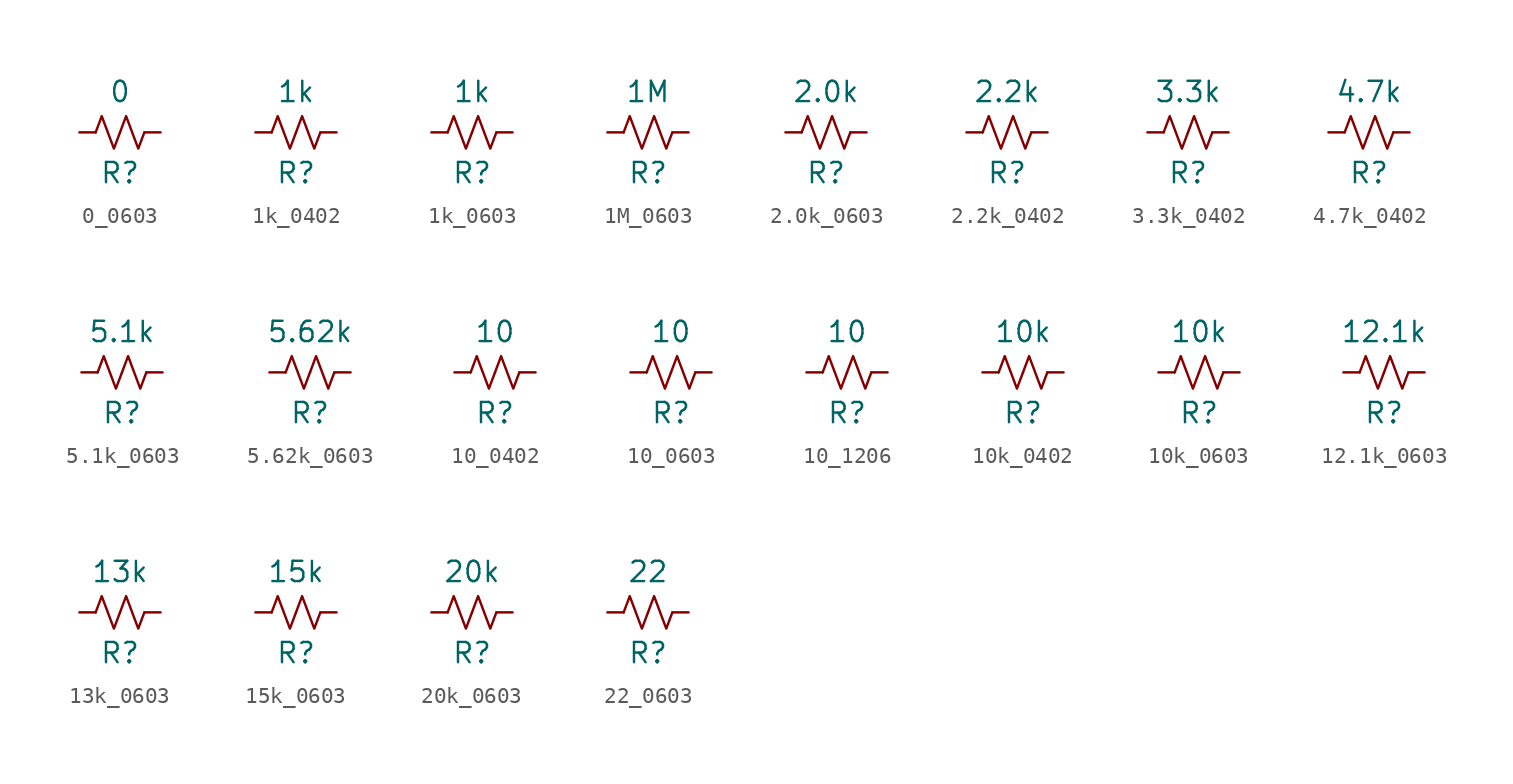
<source format=kicad_sym>
(kicad_symbol_lib
  (version 20231120)
  (generator "kicad_symbol_editor")
  (generator_version "8.0")
  (symbol "0_0603"
    (pin_numbers hide)
    (pin_names
      (offset 0))
    (property "Reference" "R"
      (at 0 -2.54 0)
      (effects (font (size 1.27 1.27))))
    (property "Value" "0"
      (at 0 2.54 0)
      (effects (font (size 1.27 1.27))))
    (symbol "0_0603_0_1"
      (polyline (pts (xy -1.524 0) (xy -1.143 1.016) (xy -0.762 0) (xy -0.381 -1.016) (xy 0 0)) (stroke (width 0) (type default)) (fill (type none)))
      (polyline (pts (xy 0 0) (xy 0.381 1.016) (xy 0.762 0) (xy 1.143 -1.016) (xy 1.524 0)) (stroke (width 0) (type default)) (fill (type none))))
    (symbol "0_0603_1_1"
      (pin passive line (at -2.54 0 0) (length 1.016) (name "~" (effects (font (size 1.27 1.27)))) (number "1" (effects (font (size 1.27 1.27)))))
      (pin passive line (at 2.54 0 180) (length 1.016) (name "~" (effects (font (size 1.27 1.27)))) (number "2" (effects (font (size 1.27 1.27)))))))
  (symbol "1k_0402"
    (pin_numbers hide)
    (pin_names
      (offset 0))
    (property "Reference" "R"
      (at 0 -2.54 0)
      (effects (font (size 1.27 1.27))))
    (property "Value" "1k"
      (at 0 2.54 0)
      (effects (font (size 1.27 1.27))))
    (symbol "1k_0402_0_1"
      (polyline (pts (xy -1.524 0) (xy -1.143 1.016) (xy -0.762 0) (xy -0.381 -1.016) (xy 0 0)) (stroke (width 0) (type default)) (fill (type none)))
      (polyline (pts (xy 0 0) (xy 0.381 1.016) (xy 0.762 0) (xy 1.143 -1.016) (xy 1.524 0)) (stroke (width 0) (type default)) (fill (type none))))
    (symbol "1k_0402_1_1"
      (pin passive line (at -2.54 0 0) (length 1.016) (name "~" (effects (font (size 1.27 1.27)))) (number "1" (effects (font (size 1.27 1.27)))))
      (pin passive line (at 2.54 0 180) (length 1.016) (name "~" (effects (font (size 1.27 1.27)))) (number "2" (effects (font (size 1.27 1.27)))))))
  (symbol "1k_0603"
    (pin_numbers hide)
    (pin_names
      (offset 0))
    (property "Reference" "R"
      (at 0 -2.54 0)
      (effects (font (size 1.27 1.27))))
    (property "Value" "1k"
      (at 0 2.54 0)
      (effects (font (size 1.27 1.27))))
    (symbol "1k_0603_0_1"
      (polyline (pts (xy -1.524 0) (xy -1.143 1.016) (xy -0.762 0) (xy -0.381 -1.016) (xy 0 0)) (stroke (width 0) (type default)) (fill (type none)))
      (polyline (pts (xy 0 0) (xy 0.381 1.016) (xy 0.762 0) (xy 1.143 -1.016) (xy 1.524 0)) (stroke (width 0) (type default)) (fill (type none))))
    (symbol "1k_0603_1_1"
      (pin passive line (at -2.54 0 0) (length 1.016) (name "~" (effects (font (size 1.27 1.27)))) (number "1" (effects (font (size 1.27 1.27)))))
      (pin passive line (at 2.54 0 180) (length 1.016) (name "~" (effects (font (size 1.27 1.27)))) (number "2" (effects (font (size 1.27 1.27)))))))
  (symbol "1M_0603"
    (pin_numbers hide)
    (pin_names
      (offset 0))
    (property "Reference" "R"
      (at 0 -2.54 0)
      (effects (font (size 1.27 1.27))))
    (property "Value" "1M"
      (at 0 2.54 0)
      (effects (font (size 1.27 1.27))))
    (symbol "1M_0603_0_1"
      (polyline (pts (xy -1.524 0) (xy -1.143 1.016) (xy -0.762 0) (xy -0.381 -1.016) (xy 0 0)) (stroke (width 0) (type default)) (fill (type none)))
      (polyline (pts (xy 0 0) (xy 0.381 1.016) (xy 0.762 0) (xy 1.143 -1.016) (xy 1.524 0)) (stroke (width 0) (type default)) (fill (type none))))
    (symbol "1M_0603_1_1"
      (pin passive line (at -2.54 0 0) (length 1.016) (name "~" (effects (font (size 1.27 1.27)))) (number "1" (effects (font (size 1.27 1.27)))))
      (pin passive line (at 2.54 0 180) (length 1.016) (name "~" (effects (font (size 1.27 1.27)))) (number "2" (effects (font (size 1.27 1.27)))))))
  (symbol "2.0k_0603"
    (pin_numbers hide)
    (pin_names
      (offset 0))
    (property "Reference" "R"
      (at 0 -2.54 0)
      (effects (font (size 1.27 1.27))))
    (property "Value" "2.0k"
      (at 0 2.54 0)
      (effects (font (size 1.27 1.27))))
    (symbol "2.0k_0603_0_1"
      (polyline (pts (xy -1.524 0) (xy -1.143 1.016) (xy -0.762 0) (xy -0.381 -1.016) (xy 0 0)) (stroke (width 0) (type default)) (fill (type none)))
      (polyline (pts (xy 0 0) (xy 0.381 1.016) (xy 0.762 0) (xy 1.143 -1.016) (xy 1.524 0)) (stroke (width 0) (type default)) (fill (type none))))
    (symbol "2.0k_0603_1_1"
      (pin passive line (at -2.54 0 0) (length 1.016) (name "~" (effects (font (size 1.27 1.27)))) (number "1" (effects (font (size 1.27 1.27)))))
      (pin passive line (at 2.54 0 180) (length 1.016) (name "~" (effects (font (size 1.27 1.27)))) (number "2" (effects (font (size 1.27 1.27)))))))
  (symbol "2.2k_0402"
    (pin_numbers hide)
    (pin_names
      (offset 0))
    (property "Reference" "R"
      (at 0 -2.54 0)
      (effects (font (size 1.27 1.27))))
    (property "Value" "2.2k"
      (at 0 2.54 0)
      (effects (font (size 1.27 1.27))))
    (symbol "2.2k_0402_0_1"
      (polyline (pts (xy -1.524 0) (xy -1.143 1.016) (xy -0.762 0) (xy -0.381 -1.016) (xy 0 0)) (stroke (width 0) (type default)) (fill (type none)))
      (polyline (pts (xy 0 0) (xy 0.381 1.016) (xy 0.762 0) (xy 1.143 -1.016) (xy 1.524 0)) (stroke (width 0) (type default)) (fill (type none))))
    (symbol "2.2k_0402_1_1"
      (pin passive line (at -2.54 0 0) (length 1.016) (name "~" (effects (font (size 1.27 1.27)))) (number "1" (effects (font (size 1.27 1.27)))))
      (pin passive line (at 2.54 0 180) (length 1.016) (name "~" (effects (font (size 1.27 1.27)))) (number "2" (effects (font (size 1.27 1.27)))))))
  (symbol "3.3k_0402"
    (pin_numbers hide)
    (pin_names
      (offset 0))
    (property "Reference" "R"
      (at 0 -2.54 0)
      (effects (font (size 1.27 1.27))))
    (property "Value" "3.3k"
      (at 0 2.54 0)
      (effects (font (size 1.27 1.27))))
    (symbol "3.3k_0402_0_1"
      (polyline (pts (xy -1.524 0) (xy -1.143 1.016) (xy -0.762 0) (xy -0.381 -1.016) (xy 0 0)) (stroke (width 0) (type default)) (fill (type none)))
      (polyline (pts (xy 0 0) (xy 0.381 1.016) (xy 0.762 0) (xy 1.143 -1.016) (xy 1.524 0)) (stroke (width 0) (type default)) (fill (type none))))
    (symbol "3.3k_0402_1_1"
      (pin passive line (at -2.54 0 0) (length 1.016) (name "~" (effects (font (size 1.27 1.27)))) (number "1" (effects (font (size 1.27 1.27)))))
      (pin passive line (at 2.54 0 180) (length 1.016) (name "~" (effects (font (size 1.27 1.27)))) (number "2" (effects (font (size 1.27 1.27)))))))
  (symbol "4.7k_0402"
    (pin_numbers hide)
    (pin_names
      (offset 0))
    (property "Reference" "R"
      (at 0 -2.54 0)
      (effects (font (size 1.27 1.27))))
    (property "Value" "4.7k"
      (at 0 2.54 0)
      (effects (font (size 1.27 1.27))))
    (symbol "4.7k_0402_0_1"
      (polyline (pts (xy -1.524 0) (xy -1.143 1.016) (xy -0.762 0) (xy -0.381 -1.016) (xy 0 0)) (stroke (width 0) (type default)) (fill (type none)))
      (polyline (pts (xy 0 0) (xy 0.381 1.016) (xy 0.762 0) (xy 1.143 -1.016) (xy 1.524 0)) (stroke (width 0) (type default)) (fill (type none))))
    (symbol "4.7k_0402_1_1"
      (pin passive line (at -2.54 0 0) (length 1.016) (name "~" (effects (font (size 1.27 1.27)))) (number "1" (effects (font (size 1.27 1.27)))))
      (pin passive line (at 2.54 0 180) (length 1.016) (name "~" (effects (font (size 1.27 1.27)))) (number "2" (effects (font (size 1.27 1.27)))))))
  (symbol "5.1k_0603"
    (pin_numbers hide)
    (pin_names
      (offset 0))
    (property "Reference" "R"
      (at 0 -2.54 0)
      (effects (font (size 1.27 1.27))))
    (property "Value" "5.1k"
      (at 0 2.54 0)
      (effects (font (size 1.27 1.27))))
    (symbol "5.1k_0603_0_1"
      (polyline (pts (xy -1.524 0) (xy -1.143 1.016) (xy -0.762 0) (xy -0.381 -1.016) (xy 0 0)) (stroke (width 0) (type default)) (fill (type none)))
      (polyline (pts (xy 0 0) (xy 0.381 1.016) (xy 0.762 0) (xy 1.143 -1.016) (xy 1.524 0)) (stroke (width 0) (type default)) (fill (type none))))
    (symbol "5.1k_0603_1_1"
      (pin passive line (at -2.54 0 0) (length 1.016) (name "~" (effects (font (size 1.27 1.27)))) (number "1" (effects (font (size 1.27 1.27)))))
      (pin passive line (at 2.54 0 180) (length 1.016) (name "~" (effects (font (size 1.27 1.27)))) (number "2" (effects (font (size 1.27 1.27)))))))
  (symbol "5.62k_0603"
    (pin_numbers hide)
    (pin_names
      (offset 0))
    (property "Reference" "R"
      (at 0 -2.54 0)
      (effects (font (size 1.27 1.27))))
    (property "Value" "5.62k"
      (at 0 2.54 0)
      (effects (font (size 1.27 1.27))))
    (symbol "5.62k_0603_0_1"
      (polyline (pts (xy -1.524 0) (xy -1.143 1.016) (xy -0.762 0) (xy -0.381 -1.016) (xy 0 0)) (stroke (width 0) (type default)) (fill (type none)))
      (polyline (pts (xy 0 0) (xy 0.381 1.016) (xy 0.762 0) (xy 1.143 -1.016) (xy 1.524 0)) (stroke (width 0) (type default)) (fill (type none))))
    (symbol "5.62k_0603_1_1"
      (pin passive line (at -2.54 0 0) (length 1.016) (name "~" (effects (font (size 1.27 1.27)))) (number "1" (effects (font (size 1.27 1.27)))))
      (pin passive line (at 2.54 0 180) (length 1.016) (name "~" (effects (font (size 1.27 1.27)))) (number "2" (effects (font (size 1.27 1.27)))))))
  (symbol "10_0402"
    (pin_numbers hide)
    (pin_names
      (offset 0))
    (property "Reference" "R"
      (at 0 -2.54 0)
      (effects (font (size 1.27 1.27))))
    (property "Value" "10"
      (at 0 2.54 0)
      (effects (font (size 1.27 1.27))))
    (symbol "10_0402_0_1"
      (polyline (pts (xy -1.524 0) (xy -1.143 1.016) (xy -0.762 0) (xy -0.381 -1.016) (xy 0 0)) (stroke (width 0) (type default)) (fill (type none)))
      (polyline (pts (xy 0 0) (xy 0.381 1.016) (xy 0.762 0) (xy 1.143 -1.016) (xy 1.524 0)) (stroke (width 0) (type default)) (fill (type none))))
    (symbol "10_0402_1_1"
      (pin passive line (at -2.54 0 0) (length 1.016) (name "~" (effects (font (size 1.27 1.27)))) (number "1" (effects (font (size 1.27 1.27)))))
      (pin passive line (at 2.54 0 180) (length 1.016) (name "~" (effects (font (size 1.27 1.27)))) (number "2" (effects (font (size 1.27 1.27)))))))
  (symbol "10_0603"
    (pin_numbers hide)
    (pin_names
      (offset 0))
    (property "Reference" "R"
      (at 0 -2.54 0)
      (effects (font (size 1.27 1.27))))
    (property "Value" "10"
      (at 0 2.54 0)
      (effects (font (size 1.27 1.27))))
    (symbol "10_0603_0_1"
      (polyline (pts (xy -1.524 0) (xy -1.143 1.016) (xy -0.762 0) (xy -0.381 -1.016) (xy 0 0)) (stroke (width 0) (type default)) (fill (type none)))
      (polyline (pts (xy 0 0) (xy 0.381 1.016) (xy 0.762 0) (xy 1.143 -1.016) (xy 1.524 0)) (stroke (width 0) (type default)) (fill (type none))))
    (symbol "10_0603_1_1"
      (pin passive line (at -2.54 0 0) (length 1.016) (name "~" (effects (font (size 1.27 1.27)))) (number "1" (effects (font (size 1.27 1.27)))))
      (pin passive line (at 2.54 0 180) (length 1.016) (name "~" (effects (font (size 1.27 1.27)))) (number "2" (effects (font (size 1.27 1.27)))))))
  (symbol "10_1206"
    (pin_numbers hide)
    (pin_names
      (offset 0))
    (property "Reference" "R"
      (at 0 -2.54 0)
      (effects (font (size 1.27 1.27))))
    (property "Value" "10"
      (at 0 2.54 0)
      (effects (font (size 1.27 1.27))))
    (symbol "10_1206_0_1"
      (polyline (pts (xy -1.524 0) (xy -1.143 1.016) (xy -0.762 0) (xy -0.381 -1.016) (xy 0 0)) (stroke (width 0) (type default)) (fill (type none)))
      (polyline (pts (xy 0 0) (xy 0.381 1.016) (xy 0.762 0) (xy 1.143 -1.016) (xy 1.524 0)) (stroke (width 0) (type default)) (fill (type none))))
    (symbol "10_1206_1_1"
      (pin passive line (at -2.54 0 0) (length 1.016) (name "~" (effects (font (size 1.27 1.27)))) (number "1" (effects (font (size 1.27 1.27)))))
      (pin passive line (at 2.54 0 180) (length 1.016) (name "~" (effects (font (size 1.27 1.27)))) (number "2" (effects (font (size 1.27 1.27)))))))
  (symbol "10k_0402"
    (pin_numbers hide)
    (pin_names
      (offset 0))
    (property "Reference" "R"
      (at 0 -2.54 0)
      (effects (font (size 1.27 1.27))))
    (property "Value" "10k"
      (at 0 2.54 0)
      (effects (font (size 1.27 1.27))))
    (symbol "10k_0402_0_1"
      (polyline (pts (xy -1.524 0) (xy -1.143 1.016) (xy -0.762 0) (xy -0.381 -1.016) (xy 0 0)) (stroke (width 0) (type default)) (fill (type none)))
      (polyline (pts (xy 0 0) (xy 0.381 1.016) (xy 0.762 0) (xy 1.143 -1.016) (xy 1.524 0)) (stroke (width 0) (type default)) (fill (type none))))
    (symbol "10k_0402_1_1"
      (pin passive line (at -2.54 0 0) (length 1.016) (name "~" (effects (font (size 1.27 1.27)))) (number "1" (effects (font (size 1.27 1.27)))))
      (pin passive line (at 2.54 0 180) (length 1.016) (name "~" (effects (font (size 1.27 1.27)))) (number "2" (effects (font (size 1.27 1.27)))))))
  (symbol "10k_0603"
    (pin_numbers hide)
    (pin_names
      (offset 0))
    (property "Reference" "R"
      (at 0 -2.54 0)
      (effects (font (size 1.27 1.27))))
    (property "Value" "10k"
      (at 0 2.54 0)
      (effects (font (size 1.27 1.27))))
    (symbol "10k_0603_0_1"
      (polyline (pts (xy -1.524 0) (xy -1.143 1.016) (xy -0.762 0) (xy -0.381 -1.016) (xy 0 0)) (stroke (width 0) (type default)) (fill (type none)))
      (polyline (pts (xy 0 0) (xy 0.381 1.016) (xy 0.762 0) (xy 1.143 -1.016) (xy 1.524 0)) (stroke (width 0) (type default)) (fill (type none))))
    (symbol "10k_0603_1_1"
      (pin passive line (at -2.54 0 0) (length 1.016) (name "~" (effects (font (size 1.27 1.27)))) (number "1" (effects (font (size 1.27 1.27)))))
      (pin passive line (at 2.54 0 180) (length 1.016) (name "~" (effects (font (size 1.27 1.27)))) (number "2" (effects (font (size 1.27 1.27)))))))
  (symbol "12.1k_0603"
    (pin_numbers hide)
    (pin_names
      (offset 0))
    (property "Reference" "R"
      (at 0 -2.54 0)
      (effects (font (size 1.27 1.27))))
    (property "Value" "12.1k"
      (at 0 2.54 0)
      (effects (font (size 1.27 1.27))))
    (symbol "12.1k_0603_0_1"
      (polyline (pts (xy -1.524 0) (xy -1.143 1.016) (xy -0.762 0) (xy -0.381 -1.016) (xy 0 0)) (stroke (width 0) (type default)) (fill (type none)))
      (polyline (pts (xy 0 0) (xy 0.381 1.016) (xy 0.762 0) (xy 1.143 -1.016) (xy 1.524 0)) (stroke (width 0) (type default)) (fill (type none))))
    (symbol "12.1k_0603_1_1"
      (pin passive line (at -2.54 0 0) (length 1.016) (name "~" (effects (font (size 1.27 1.27)))) (number "1" (effects (font (size 1.27 1.27)))))
      (pin passive line (at 2.54 0 180) (length 1.016) (name "~" (effects (font (size 1.27 1.27)))) (number "2" (effects (font (size 1.27 1.27)))))))
  (symbol "13k_0603"
    (pin_numbers hide)
    (pin_names
      (offset 0))
    (property "Reference" "R"
      (at 0 -2.54 0)
      (effects (font (size 1.27 1.27))))
    (property "Value" "13k"
      (at 0 2.54 0)
      (effects (font (size 1.27 1.27))))
    (symbol "13k_0603_0_1"
      (polyline (pts (xy -1.524 0) (xy -1.143 1.016) (xy -0.762 0) (xy -0.381 -1.016) (xy 0 0)) (stroke (width 0) (type default)) (fill (type none)))
      (polyline (pts (xy 0 0) (xy 0.381 1.016) (xy 0.762 0) (xy 1.143 -1.016) (xy 1.524 0)) (stroke (width 0) (type default)) (fill (type none))))
    (symbol "13k_0603_1_1"
      (pin passive line (at -2.54 0 0) (length 1.016) (name "~" (effects (font (size 1.27 1.27)))) (number "1" (effects (font (size 1.27 1.27)))))
      (pin passive line (at 2.54 0 180) (length 1.016) (name "~" (effects (font (size 1.27 1.27)))) (number "2" (effects (font (size 1.27 1.27)))))))
  (symbol "15k_0603"
    (pin_numbers hide)
    (pin_names
      (offset 0))
    (property "Reference" "R"
      (at 0 -2.54 0)
      (effects (font (size 1.27 1.27))))
    (property "Value" "15k"
      (at 0 2.54 0)
      (effects (font (size 1.27 1.27))))
    (symbol "15k_0603_0_1"
      (polyline (pts (xy -1.524 0) (xy -1.143 1.016) (xy -0.762 0) (xy -0.381 -1.016) (xy 0 0)) (stroke (width 0) (type default)) (fill (type none)))
      (polyline (pts (xy 0 0) (xy 0.381 1.016) (xy 0.762 0) (xy 1.143 -1.016) (xy 1.524 0)) (stroke (width 0) (type default)) (fill (type none))))
    (symbol "15k_0603_1_1"
      (pin passive line (at -2.54 0 0) (length 1.016) (name "~" (effects (font (size 1.27 1.27)))) (number "1" (effects (font (size 1.27 1.27)))))
      (pin passive line (at 2.54 0 180) (length 1.016) (name "~" (effects (font (size 1.27 1.27)))) (number "2" (effects (font (size 1.27 1.27)))))))
  (symbol "20k_0603"
    (pin_numbers hide)
    (pin_names
      (offset 0))
    (property "Reference" "R"
      (at 0 -2.54 0)
      (effects (font (size 1.27 1.27))))
    (property "Value" "20k"
      (at 0 2.54 0)
      (effects (font (size 1.27 1.27))))
    (symbol "20k_0603_0_1"
      (polyline (pts (xy -1.524 0) (xy -1.143 1.016) (xy -0.762 0) (xy -0.381 -1.016) (xy 0 0)) (stroke (width 0) (type default)) (fill (type none)))
      (polyline (pts (xy 0 0) (xy 0.381 1.016) (xy 0.762 0) (xy 1.143 -1.016) (xy 1.524 0)) (stroke (width 0) (type default)) (fill (type none))))
    (symbol "20k_0603_1_1"
      (pin passive line (at -2.54 0 0) (length 1.016) (name "~" (effects (font (size 1.27 1.27)))) (number "1" (effects (font (size 1.27 1.27)))))
      (pin passive line (at 2.54 0 180) (length 1.016) (name "~" (effects (font (size 1.27 1.27)))) (number "2" (effects (font (size 1.27 1.27)))))))
  (symbol "22_0603"
    (pin_numbers hide)
    (pin_names
      (offset 0))
    (property "Reference" "R"
      (at 0 -2.54 0)
      (effects (font (size 1.27 1.27))))
    (property "Value" "22"
      (at 0 2.54 0)
      (effects (font (size 1.27 1.27))))
    (symbol "22_0603_0_1"
      (polyline (pts (xy -1.524 0) (xy -1.143 1.016) (xy -0.762 0) (xy -0.381 -1.016) (xy 0 0)) (stroke (width 0) (type default)) (fill (type none)))
      (polyline (pts (xy 0 0) (xy 0.381 1.016) (xy 0.762 0) (xy 1.143 -1.016) (xy 1.524 0)) (stroke (width 0) (type default)) (fill (type none))))
    (symbol "22_0603_1_1"
      (pin passive line (at -2.54 0 0) (length 1.016) (name "~" (effects (font (size 1.27 1.27)))) (number "1" (effects (font (size 1.27 1.27)))))
      (pin passive line (at 2.54 0 180) (length 1.016) (name "~" (effects (font (size 1.27 1.27)))) (number "2" (effects (font (size 1.27 1.27))))))))
</source>
